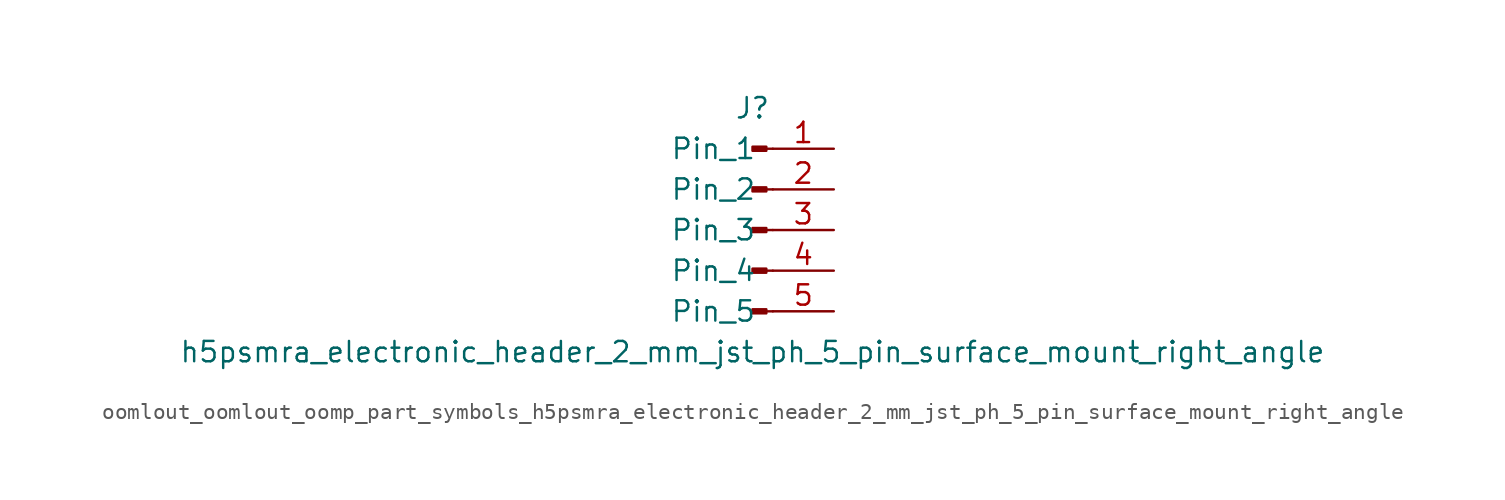
<source format=kicad_sym>
(kicad_symbol_lib
  (version 20220914)
  (generator kicad_symbol_editor)
  (symbol "oomlout_oomlout_oomp_part_symbols_h5psmra_electronic_header_2_mm_jst_ph_5_pin_surface_mount_right_angle"
    (pin_names
      (offset 1.016))
    (property "Reference" "J"
      (at 0 7.62 0)
      (effects (font (size 1.27 1.27))))
    (property "Value" "h5psmra_electronic_header_2_mm_jst_ph_5_pin_surface_mount_right_angle"
      (at 0 -7.62 0)
      (effects (font (size 1.27 1.27))))
    (property "ki_locked" ""
      (at 0 0 0)
      (effects (font (size 1.27 1.27))))
    (symbol "oomlout_oomlout_oomp_part_symbols_h5psmra_electronic_header_2_mm_jst_ph_5_pin_surface_mount_right_angle_1_1"
      (polyline (pts (xy 1.27 -5.08) (xy 0.864 -5.08)) (stroke (width 0.152) (type default)) (fill (type none)))
      (polyline (pts (xy 1.27 -2.54) (xy 0.864 -2.54)) (stroke (width 0.152) (type default)) (fill (type none)))
      (polyline (pts (xy 1.27 0) (xy 0.864 0)) (stroke (width 0.152) (type default)) (fill (type none)))
      (polyline (pts (xy 1.27 2.54) (xy 0.864 2.54)) (stroke (width 0.152) (type default)) (fill (type none)))
      (polyline (pts (xy 1.27 5.08) (xy 0.864 5.08)) (stroke (width 0.152) (type default)) (fill (type none)))
      (rectangle (start 0.864 -4.953) (end 0 -5.207) (stroke (width 0.152) (type default)) (fill (type outline)))
      (rectangle (start 0.864 -2.413) (end 0 -2.667) (stroke (width 0.152) (type default)) (fill (type outline)))
      (rectangle (start 0.864 0.127) (end 0 -0.127) (stroke (width 0.152) (type default)) (fill (type outline)))
      (rectangle (start 0.864 2.667) (end 0 2.413) (stroke (width 0.152) (type default)) (fill (type outline)))
      (rectangle (start 0.864 5.207) (end 0 4.953) (stroke (width 0.152) (type default)) (fill (type outline)))
      (pin passive line (at 5.08 5.08 180) (length 3.81) (name "Pin_1" (effects (font (size 1.27 1.27)))) (number "1" (effects (font (size 1.27 1.27)))))
      (pin passive line (at 5.08 2.54 180) (length 3.81) (name "Pin_2" (effects (font (size 1.27 1.27)))) (number "2" (effects (font (size 1.27 1.27)))))
      (pin passive line (at 5.08 0 180) (length 3.81) (name "Pin_3" (effects (font (size 1.27 1.27)))) (number "3" (effects (font (size 1.27 1.27)))))
      (pin passive line (at 5.08 -2.54 180) (length 3.81) (name "Pin_4" (effects (font (size 1.27 1.27)))) (number "4" (effects (font (size 1.27 1.27)))))
      (pin passive line (at 5.08 -5.08 180) (length 3.81) (name "Pin_5" (effects (font (size 1.27 1.27)))) (number "5" (effects (font (size 1.27 1.27))))))))
</source>
